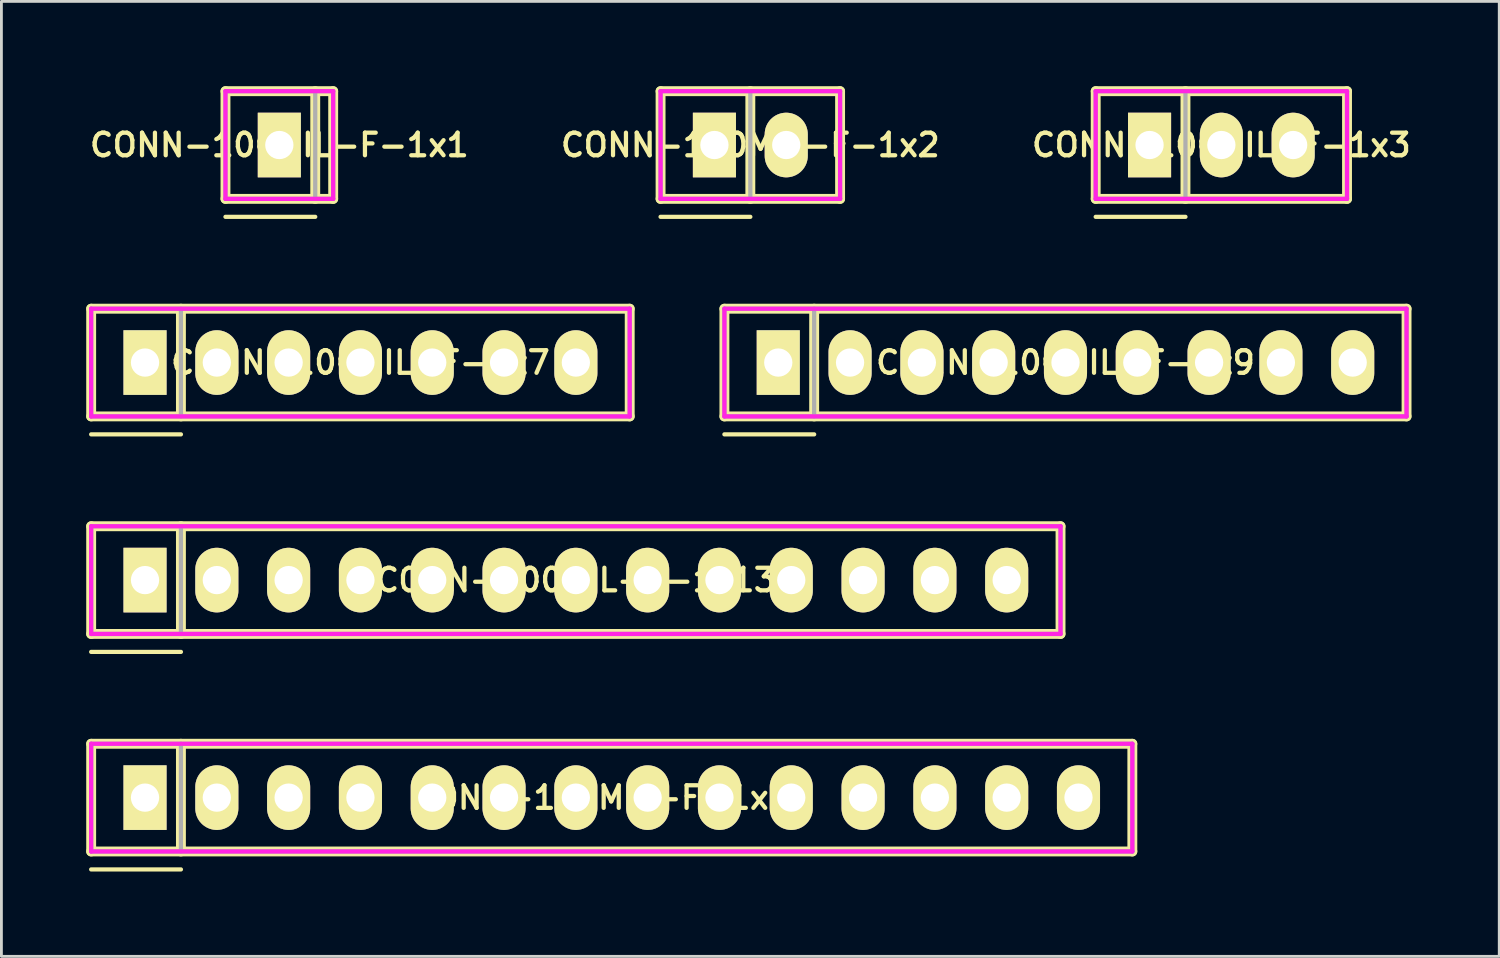
<source format=kicad_pcb>
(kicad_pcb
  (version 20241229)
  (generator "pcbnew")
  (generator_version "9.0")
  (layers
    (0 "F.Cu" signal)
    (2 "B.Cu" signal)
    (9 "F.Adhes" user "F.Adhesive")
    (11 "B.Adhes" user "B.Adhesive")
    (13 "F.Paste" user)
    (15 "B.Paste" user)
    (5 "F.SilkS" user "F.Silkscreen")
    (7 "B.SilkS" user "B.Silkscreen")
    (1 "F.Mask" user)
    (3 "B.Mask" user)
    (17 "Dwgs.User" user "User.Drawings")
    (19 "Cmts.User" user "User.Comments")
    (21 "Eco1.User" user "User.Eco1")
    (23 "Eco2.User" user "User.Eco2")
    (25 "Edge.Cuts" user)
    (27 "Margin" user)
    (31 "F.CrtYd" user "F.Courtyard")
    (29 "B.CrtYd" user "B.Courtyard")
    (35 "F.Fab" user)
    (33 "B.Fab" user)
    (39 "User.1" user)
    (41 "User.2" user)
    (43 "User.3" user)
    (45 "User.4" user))
  (footprint "CONN-100MIL-F-1x13"
    (layer "F.Cu")
    (at 17.32 17.47)
    (property "Reference" "CONN-100MIL-F-1x13" (at 0 0 0) (layer "F.SilkS") (effects (font (size 0.8 0.8) (thickness 0.15))))
    (attr through_hole)
    (fp_line (start -17.145 -1.905) (end 17.145 -1.905) (stroke (width 0.35) (type solid)) (layer "F.SilkS"))
    (fp_line (start -17.145 1.905) (end -17.145 -1.905) (stroke (width 0.35) (type solid)) (layer "F.SilkS"))
    (fp_line (start -17.145 2.54) (end -13.97 2.54) (stroke (width 0.15) (type solid)) (layer "F.SilkS"))
    (fp_line (start -13.97 -1.905) (end -13.97 1.905) (stroke (width 0.35) (type solid)) (layer "F.SilkS"))
    (fp_line (start 17.145 -1.905) (end 17.145 1.905) (stroke (width 0.35) (type solid)) (layer "F.SilkS"))
    (fp_line (start 17.145 1.905) (end -17.145 1.905) (stroke (width 0.35) (type solid)) (layer "F.SilkS"))
    (fp_line (start -17.145 -1.905) (end 17.145 -1.905) (stroke (width 0.15) (type solid)) (layer "F.CrtYd"))
    (fp_line (start -17.145 1.905) (end -17.145 -1.905) (stroke (width 0.15) (type solid)) (layer "F.CrtYd"))
    (fp_line (start 17.145 -1.905) (end 17.145 1.905) (stroke (width 0.15) (type solid)) (layer "F.CrtYd"))
    (fp_line (start 17.145 1.905) (end -17.145 1.905) (stroke (width 0.15) (type solid)) (layer "F.CrtYd"))
    (fp_line (start -17.145 -1.905) (end 17.145 -1.905) (stroke (width 0.15) (type solid)) (layer "F.Fab"))
    (fp_line (start -17.145 1.905) (end -17.145 -1.905) (stroke (width 0.15) (type solid)) (layer "F.Fab"))
    (fp_line (start -13.97 -1.905) (end -13.97 1.905) (stroke (width 0.15) (type solid)) (layer "F.Fab"))
    (fp_line (start 17.145 -1.905) (end 17.145 1.905) (stroke (width 0.15) (type solid)) (layer "F.Fab"))
    (fp_line (start 17.145 1.905) (end -17.145 1.905) (stroke (width 0.15) (type solid)) (layer "F.Fab"))
    (pad "1" thru_hole rect (at -15.24 0) (size 1.524 2.286) (drill 1) (layers "*.Cu" "*.Mask" "F.SilkS"))
    (pad "2" thru_hole oval (at -12.7 0) (size 1.524 2.286) (drill 1) (layers "*.Cu" "*.Mask" "F.SilkS"))
    (pad "3" thru_hole oval (at -10.16 0) (size 1.524 2.286) (drill 1) (layers "*.Cu" "*.Mask" "F.SilkS"))
    (pad "4" thru_hole oval (at -7.62 0) (size 1.524 2.286) (drill 1) (layers "*.Cu" "*.Mask" "F.SilkS"))
    (pad "5" thru_hole oval (at -5.08 0) (size 1.524 2.286) (drill 1) (layers "*.Cu" "*.Mask" "F.SilkS"))
    (pad "6" thru_hole oval (at -2.54 0) (size 1.524 2.286) (drill 1) (layers "*.Cu" "*.Mask" "F.SilkS"))
    (pad "7" thru_hole oval (at 0 0) (size 1.524 2.286) (drill 1) (layers "*.Cu" "*.Mask" "F.SilkS"))
    (pad "8" thru_hole oval (at 2.54 0) (size 1.524 2.286) (drill 1) (layers "*.Cu" "*.Mask" "F.SilkS"))
    (pad "9" thru_hole oval (at 5.08 0) (size 1.524 2.286) (drill 1) (layers "*.Cu" "*.Mask" "F.SilkS"))
    (pad "10" thru_hole oval (at 7.62 0) (size 1.524 2.286) (drill 1) (layers "*.Cu" "*.Mask" "F.SilkS"))
    (pad "11" thru_hole oval (at 10.16 0) (size 1.524 2.286) (drill 1) (layers "*.Cu" "*.Mask" "F.SilkS"))
    (pad "12" thru_hole oval (at 12.7 0) (size 1.524 2.286) (drill 1) (layers "*.Cu" "*.Mask" "F.SilkS"))
    (pad "13" thru_hole oval (at 15.24 0) (size 1.524 2.286) (drill 1) (layers "*.Cu" "*.Mask" "F.SilkS")))
  (footprint "CONN-100MIL-F-1x7"
    (layer "F.Cu")
    (at 9.7 9.775)
    (property "Reference" "CONN-100MIL-F-1x7" (at 0 0 0) (layer "F.SilkS") (effects (font (size 0.8 0.8) (thickness 0.15))))
    (attr through_hole)
    (fp_line (start -9.525 -1.905) (end 9.525 -1.905) (stroke (width 0.35) (type solid)) (layer "F.SilkS"))
    (fp_line (start -9.525 1.905) (end -9.525 -1.905) (stroke (width 0.35) (type solid)) (layer "F.SilkS"))
    (fp_line (start -9.525 2.54) (end -6.35 2.54) (stroke (width 0.15) (type solid)) (layer "F.SilkS"))
    (fp_line (start -6.35 -1.905) (end -6.35 1.905) (stroke (width 0.35) (type solid)) (layer "F.SilkS"))
    (fp_line (start 9.525 -1.905) (end 9.525 1.905) (stroke (width 0.35) (type solid)) (layer "F.SilkS"))
    (fp_line (start 9.525 1.905) (end -9.525 1.905) (stroke (width 0.35) (type solid)) (layer "F.SilkS"))
    (fp_line (start -9.525 -1.905) (end 9.525 -1.905) (stroke (width 0.15) (type solid)) (layer "F.CrtYd"))
    (fp_line (start -9.525 1.905) (end -9.525 -1.905) (stroke (width 0.15) (type solid)) (layer "F.CrtYd"))
    (fp_line (start 9.525 -1.905) (end 9.525 1.905) (stroke (width 0.15) (type solid)) (layer "F.CrtYd"))
    (fp_line (start 9.525 1.905) (end -9.525 1.905) (stroke (width 0.15) (type solid)) (layer "F.CrtYd"))
    (fp_line (start -9.525 -1.905) (end 9.525 -1.905) (stroke (width 0.15) (type solid)) (layer "F.Fab"))
    (fp_line (start -9.525 1.905) (end -9.525 -1.905) (stroke (width 0.15) (type solid)) (layer "F.Fab"))
    (fp_line (start -6.35 -1.905) (end -6.35 1.905) (stroke (width 0.15) (type solid)) (layer "F.Fab"))
    (fp_line (start 9.525 -1.905) (end 9.525 1.905) (stroke (width 0.15) (type solid)) (layer "F.Fab"))
    (fp_line (start 9.525 1.905) (end -9.525 1.905) (stroke (width 0.15) (type solid)) (layer "F.Fab"))
    (pad "1" thru_hole rect (at -7.62 0) (size 1.524 2.286) (drill 1) (layers "*.Cu" "*.Mask" "F.SilkS"))
    (pad "2" thru_hole oval (at -5.08 0) (size 1.524 2.286) (drill 1) (layers "*.Cu" "*.Mask" "F.SilkS"))
    (pad "3" thru_hole oval (at -2.54 0) (size 1.524 2.286) (drill 1) (layers "*.Cu" "*.Mask" "F.SilkS"))
    (pad "4" thru_hole oval (at 0 0) (size 1.524 2.286) (drill 1) (layers "*.Cu" "*.Mask" "F.SilkS"))
    (pad "5" thru_hole oval (at 2.54 0) (size 1.524 2.286) (drill 1) (layers "*.Cu" "*.Mask" "F.SilkS"))
    (pad "6" thru_hole oval (at 5.08 0) (size 1.524 2.286) (drill 1) (layers "*.Cu" "*.Mask" "F.SilkS"))
    (pad "7" thru_hole oval (at 7.62 0) (size 1.524 2.286) (drill 1) (layers "*.Cu" "*.Mask" "F.SilkS")))
  (footprint "CONN-100MIL-F-1x1"
    (layer "F.Cu")
    (at 6.831 2.08)
    (property "Reference" "CONN-100MIL-F-1x1" (at 0 0 0) (layer "F.SilkS") (effects (font (size 0.8 0.8) (thickness 0.15))))
    (attr through_hole)
    (fp_line (start -1.905 -1.905) (end 1.905 -1.905) (stroke (width 0.35) (type solid)) (layer "F.SilkS"))
    (fp_line (start -1.905 1.905) (end -1.905 -1.905) (stroke (width 0.35) (type solid)) (layer "F.SilkS"))
    (fp_line (start -1.905 2.54) (end 1.27 2.54) (stroke (width 0.15) (type solid)) (layer "F.SilkS"))
    (fp_line (start 1.27 -1.905) (end 1.27 1.905) (stroke (width 0.35) (type solid)) (layer "F.SilkS"))
    (fp_line (start 1.905 -1.905) (end 1.905 1.905) (stroke (width 0.35) (type solid)) (layer "F.SilkS"))
    (fp_line (start 1.905 1.905) (end -1.905 1.905) (stroke (width 0.35) (type solid)) (layer "F.SilkS"))
    (fp_line (start -1.905 -1.905) (end 1.905 -1.905) (stroke (width 0.15) (type solid)) (layer "F.CrtYd"))
    (fp_line (start -1.905 1.905) (end -1.905 -1.905) (stroke (width 0.15) (type solid)) (layer "F.CrtYd"))
    (fp_line (start 1.905 -1.905) (end 1.905 1.905) (stroke (width 0.15) (type solid)) (layer "F.CrtYd"))
    (fp_line (start 1.905 1.905) (end -1.905 1.905) (stroke (width 0.15) (type solid)) (layer "F.CrtYd"))
    (fp_line (start -1.905 -1.905) (end 1.905 -1.905) (stroke (width 0.15) (type solid)) (layer "F.Fab"))
    (fp_line (start -1.905 1.905) (end -1.905 -1.905) (stroke (width 0.15) (type solid)) (layer "F.Fab"))
    (fp_line (start 1.27 -1.905) (end 1.27 1.905) (stroke (width 0.15) (type solid)) (layer "F.Fab"))
    (fp_line (start 1.905 -1.905) (end 1.905 1.905) (stroke (width 0.15) (type solid)) (layer "F.Fab"))
    (fp_line (start 1.905 1.905) (end -1.905 1.905) (stroke (width 0.15) (type solid)) (layer "F.Fab"))
    (pad "1" thru_hole rect (at 0 0) (size 1.524 2.286) (drill 1) (layers "*.Cu" "*.Mask" "F.SilkS")))
  (footprint "CONN-100MIL-F-1x9"
    (layer "F.Cu")
    (at 34.64 9.775)
    (property "Reference" "CONN-100MIL-F-1x9" (at 0 0 0) (layer "F.SilkS") (effects (font (size 0.8 0.8) (thickness 0.15))))
    (attr through_hole)
    (fp_line (start -12.065 -1.905) (end 12.065 -1.905) (stroke (width 0.35) (type solid)) (layer "F.SilkS"))
    (fp_line (start -12.065 1.905) (end -12.065 -1.905) (stroke (width 0.35) (type solid)) (layer "F.SilkS"))
    (fp_line (start -12.065 2.54) (end -8.89 2.54) (stroke (width 0.15) (type solid)) (layer "F.SilkS"))
    (fp_line (start -8.89 -1.905) (end -8.89 1.905) (stroke (width 0.35) (type solid)) (layer "F.SilkS"))
    (fp_line (start 12.065 -1.905) (end 12.065 1.905) (stroke (width 0.35) (type solid)) (layer "F.SilkS"))
    (fp_line (start 12.065 1.905) (end -12.065 1.905) (stroke (width 0.35) (type solid)) (layer "F.SilkS"))
    (fp_line (start -12.065 -1.905) (end 12.065 -1.905) (stroke (width 0.15) (type solid)) (layer "F.CrtYd"))
    (fp_line (start -12.065 1.905) (end -12.065 -1.905) (stroke (width 0.15) (type solid)) (layer "F.CrtYd"))
    (fp_line (start 12.065 -1.905) (end 12.065 1.905) (stroke (width 0.15) (type solid)) (layer "F.CrtYd"))
    (fp_line (start 12.065 1.905) (end -12.065 1.905) (stroke (width 0.15) (type solid)) (layer "F.CrtYd"))
    (fp_line (start -12.065 -1.905) (end 12.065 -1.905) (stroke (width 0.15) (type solid)) (layer "F.Fab"))
    (fp_line (start -12.065 1.905) (end -12.065 -1.905) (stroke (width 0.15) (type solid)) (layer "F.Fab"))
    (fp_line (start -8.89 -1.905) (end -8.89 1.905) (stroke (width 0.15) (type solid)) (layer "F.Fab"))
    (fp_line (start 12.065 -1.905) (end 12.065 1.905) (stroke (width 0.15) (type solid)) (layer "F.Fab"))
    (fp_line (start 12.065 1.905) (end -12.065 1.905) (stroke (width 0.15) (type solid)) (layer "F.Fab"))
    (pad "1" thru_hole rect (at -10.16 0) (size 1.524 2.286) (drill 1) (layers "*.Cu" "*.Mask" "F.SilkS"))
    (pad "2" thru_hole oval (at -7.62 0) (size 1.524 2.286) (drill 1) (layers "*.Cu" "*.Mask" "F.SilkS"))
    (pad "3" thru_hole oval (at -5.08 0) (size 1.524 2.286) (drill 1) (layers "*.Cu" "*.Mask" "F.SilkS"))
    (pad "4" thru_hole oval (at -2.54 0) (size 1.524 2.286) (drill 1) (layers "*.Cu" "*.Mask" "F.SilkS"))
    (pad "5" thru_hole oval (at 0 0) (size 1.524 2.286) (drill 1) (layers "*.Cu" "*.Mask" "F.SilkS"))
    (pad "6" thru_hole oval (at 2.54 0) (size 1.524 2.286) (drill 1) (layers "*.Cu" "*.Mask" "F.SilkS"))
    (pad "7" thru_hole oval (at 5.08 0) (size 1.524 2.286) (drill 1) (layers "*.Cu" "*.Mask" "F.SilkS"))
    (pad "8" thru_hole oval (at 7.62 0) (size 1.524 2.286) (drill 1) (layers "*.Cu" "*.Mask" "F.SilkS"))
    (pad "9" thru_hole oval (at 10.16 0) (size 1.524 2.286) (drill 1) (layers "*.Cu" "*.Mask" "F.SilkS")))
  (footprint "CONN-100MIL-F-1x14"
    (layer "F.Cu")
    (at 18.59 25.165)
    (property "Reference" "CONN-100MIL-F-1x14" (at 0 0 0) (layer "F.SilkS") (effects (font (size 0.8 0.8) (thickness 0.15))))
    (attr through_hole)
    (fp_line (start -18.415 -1.905) (end 18.415 -1.905) (stroke (width 0.35) (type solid)) (layer "F.SilkS"))
    (fp_line (start -18.415 1.905) (end -18.415 -1.905) (stroke (width 0.35) (type solid)) (layer "F.SilkS"))
    (fp_line (start -18.415 2.54) (end -15.24 2.54) (stroke (width 0.15) (type solid)) (layer "F.SilkS"))
    (fp_line (start -15.24 -1.905) (end -15.24 1.905) (stroke (width 0.35) (type solid)) (layer "F.SilkS"))
    (fp_line (start 18.415 -1.905) (end 18.415 1.905) (stroke (width 0.35) (type solid)) (layer "F.SilkS"))
    (fp_line (start 18.415 1.905) (end -18.415 1.905) (stroke (width 0.35) (type solid)) (layer "F.SilkS"))
    (fp_line (start -18.415 -1.905) (end 18.415 -1.905) (stroke (width 0.15) (type solid)) (layer "F.CrtYd"))
    (fp_line (start -18.415 1.905) (end -18.415 -1.905) (stroke (width 0.15) (type solid)) (layer "F.CrtYd"))
    (fp_line (start 18.415 -1.905) (end 18.415 1.905) (stroke (width 0.15) (type solid)) (layer "F.CrtYd"))
    (fp_line (start 18.415 1.905) (end -18.415 1.905) (stroke (width 0.15) (type solid)) (layer "F.CrtYd"))
    (fp_line (start -18.415 -1.905) (end 18.415 -1.905) (stroke (width 0.15) (type solid)) (layer "F.Fab"))
    (fp_line (start -18.415 1.905) (end -18.415 -1.905) (stroke (width 0.15) (type solid)) (layer "F.Fab"))
    (fp_line (start -15.24 -1.905) (end -15.24 1.905) (stroke (width 0.15) (type solid)) (layer "F.Fab"))
    (fp_line (start 18.415 -1.905) (end 18.415 1.905) (stroke (width 0.15) (type solid)) (layer "F.Fab"))
    (fp_line (start 18.415 1.905) (end -18.415 1.905) (stroke (width 0.15) (type solid)) (layer "F.Fab"))
    (pad "1" thru_hole rect (at -16.51 0) (size 1.524 2.286) (drill 1) (layers "*.Cu" "*.Mask" "F.SilkS"))
    (pad "2" thru_hole oval (at -13.97 0) (size 1.524 2.286) (drill 1) (layers "*.Cu" "*.Mask" "F.SilkS"))
    (pad "3" thru_hole oval (at -11.43 0) (size 1.524 2.286) (drill 1) (layers "*.Cu" "*.Mask" "F.SilkS"))
    (pad "4" thru_hole oval (at -8.89 0) (size 1.524 2.286) (drill 1) (layers "*.Cu" "*.Mask" "F.SilkS"))
    (pad "5" thru_hole oval (at -6.35 0) (size 1.524 2.286) (drill 1) (layers "*.Cu" "*.Mask" "F.SilkS"))
    (pad "6" thru_hole oval (at -3.81 0) (size 1.524 2.286) (drill 1) (layers "*.Cu" "*.Mask" "F.SilkS"))
    (pad "7" thru_hole oval (at -1.27 0) (size 1.524 2.286) (drill 1) (layers "*.Cu" "*.Mask" "F.SilkS"))
    (pad "8" thru_hole oval (at 1.27 0) (size 1.524 2.286) (drill 1) (layers "*.Cu" "*.Mask" "F.SilkS"))
    (pad "9" thru_hole oval (at 3.81 0) (size 1.524 2.286) (drill 1) (layers "*.Cu" "*.Mask" "F.SilkS"))
    (pad "10" thru_hole oval (at 6.35 0) (size 1.524 2.286) (drill 1) (layers "*.Cu" "*.Mask" "F.SilkS"))
    (pad "11" thru_hole oval (at 8.89 0) (size 1.524 2.286) (drill 1) (layers "*.Cu" "*.Mask" "F.SilkS"))
    (pad "12" thru_hole oval (at 11.43 0) (size 1.524 2.286) (drill 1) (layers "*.Cu" "*.Mask" "F.SilkS"))
    (pad "13" thru_hole oval (at 13.97 0) (size 1.524 2.286) (drill 1) (layers "*.Cu" "*.Mask" "F.SilkS"))
    (pad "14" thru_hole oval (at 16.51 0) (size 1.524 2.286) (drill 1) (layers "*.Cu" "*.Mask" "F.SilkS")))
  (footprint "CONN-100MIL-F-1x2"
    (layer "F.Cu")
    (at 23.492 2.08)
    (property "Reference" "CONN-100MIL-F-1x2" (at 0 0 0) (layer "F.SilkS") (effects (font (size 0.8 0.8) (thickness 0.15))))
    (attr through_hole)
    (fp_line (start -3.175 -1.905) (end 3.175 -1.905) (stroke (width 0.35) (type solid)) (layer "F.SilkS"))
    (fp_line (start -3.175 1.905) (end -3.175 -1.905) (stroke (width 0.35) (type solid)) (layer "F.SilkS"))
    (fp_line (start -3.175 2.54) (end 0 2.54) (stroke (width 0.15) (type solid)) (layer "F.SilkS"))
    (fp_line (start 0 -1.905) (end 0 1.905) (stroke (width 0.35) (type solid)) (layer "F.SilkS"))
    (fp_line (start 3.175 -1.905) (end 3.175 1.905) (stroke (width 0.35) (type solid)) (layer "F.SilkS"))
    (fp_line (start 3.175 1.905) (end -3.175 1.905) (stroke (width 0.35) (type solid)) (layer "F.SilkS"))
    (fp_line (start -3.175 -1.905) (end 3.175 -1.905) (stroke (width 0.15) (type solid)) (layer "F.CrtYd"))
    (fp_line (start -3.175 1.905) (end -3.175 -1.905) (stroke (width 0.15) (type solid)) (layer "F.CrtYd"))
    (fp_line (start 3.175 -1.905) (end 3.175 1.905) (stroke (width 0.15) (type solid)) (layer "F.CrtYd"))
    (fp_line (start 3.175 1.905) (end -3.175 1.905) (stroke (width 0.15) (type solid)) (layer "F.CrtYd"))
    (fp_line (start -3.175 -1.905) (end 3.175 -1.905) (stroke (width 0.15) (type solid)) (layer "F.Fab"))
    (fp_line (start -3.175 1.905) (end -3.175 -1.905) (stroke (width 0.15) (type solid)) (layer "F.Fab"))
    (fp_line (start 0 -1.905) (end 0 1.905) (stroke (width 0.15) (type solid)) (layer "F.Fab"))
    (fp_line (start 3.175 -1.905) (end 3.175 1.905) (stroke (width 0.15) (type solid)) (layer "F.Fab"))
    (fp_line (start 3.175 1.905) (end -3.175 1.905) (stroke (width 0.15) (type solid)) (layer "F.Fab"))
    (pad "1" thru_hole rect (at -1.27 0) (size 1.524 2.286) (drill 1) (layers "*.Cu" "*.Mask" "F.SilkS"))
    (pad "2" thru_hole oval (at 1.27 0) (size 1.524 2.286) (drill 1) (layers "*.Cu" "*.Mask" "F.SilkS")))
  (footprint "CONN-100MIL-F-1x3"
    (layer "F.Cu")
    (at 40.154 2.08)
    (property "Reference" "CONN-100MIL-F-1x3" (at 0 0 0) (layer "F.SilkS") (effects (font (size 0.8 0.8) (thickness 0.15))))
    (attr through_hole)
    (fp_line (start -4.445 -1.905) (end 4.445 -1.905) (stroke (width 0.35) (type solid)) (layer "F.SilkS"))
    (fp_line (start -4.445 1.905) (end -4.445 -1.905) (stroke (width 0.35) (type solid)) (layer "F.SilkS"))
    (fp_line (start -4.445 2.54) (end -1.27 2.54) (stroke (width 0.15) (type solid)) (layer "F.SilkS"))
    (fp_line (start -1.27 -1.905) (end -1.27 1.905) (stroke (width 0.35) (type solid)) (layer "F.SilkS"))
    (fp_line (start 4.445 -1.905) (end 4.445 1.905) (stroke (width 0.35) (type solid)) (layer "F.SilkS"))
    (fp_line (start 4.445 1.905) (end -4.445 1.905) (stroke (width 0.35) (type solid)) (layer "F.SilkS"))
    (fp_line (start -4.445 -1.905) (end 4.445 -1.905) (stroke (width 0.15) (type solid)) (layer "F.CrtYd"))
    (fp_line (start -4.445 1.905) (end -4.445 -1.905) (stroke (width 0.15) (type solid)) (layer "F.CrtYd"))
    (fp_line (start 4.445 -1.905) (end 4.445 1.905) (stroke (width 0.15) (type solid)) (layer "F.CrtYd"))
    (fp_line (start 4.445 1.905) (end -4.445 1.905) (stroke (width 0.15) (type solid)) (layer "F.CrtYd"))
    (fp_line (start -4.445 -1.905) (end 4.445 -1.905) (stroke (width 0.15) (type solid)) (layer "F.Fab"))
    (fp_line (start -4.445 1.905) (end -4.445 -1.905) (stroke (width 0.15) (type solid)) (layer "F.Fab"))
    (fp_line (start -1.27 -1.905) (end -1.27 1.905) (stroke (width 0.15) (type solid)) (layer "F.Fab"))
    (fp_line (start 4.445 -1.905) (end 4.445 1.905) (stroke (width 0.15) (type solid)) (layer "F.Fab"))
    (fp_line (start 4.445 1.905) (end -4.445 1.905) (stroke (width 0.15) (type solid)) (layer "F.Fab"))
    (pad "1" thru_hole rect (at -2.54 0) (size 1.524 2.286) (drill 1) (layers "*.Cu" "*.Mask" "F.SilkS"))
    (pad "2" thru_hole oval (at 0 0) (size 1.524 2.286) (drill 1) (layers "*.Cu" "*.Mask" "F.SilkS"))
    (pad "3" thru_hole oval (at 2.54 0) (size 1.524 2.286) (drill 1) (layers "*.Cu" "*.Mask" "F.SilkS")))
  (gr_rect
    (start -3 -3)
    (end 49.984 30.78)
    (stroke (width 0.1) (type default))
    (fill no)
    (layer "Edge.Cuts")))
</source>
